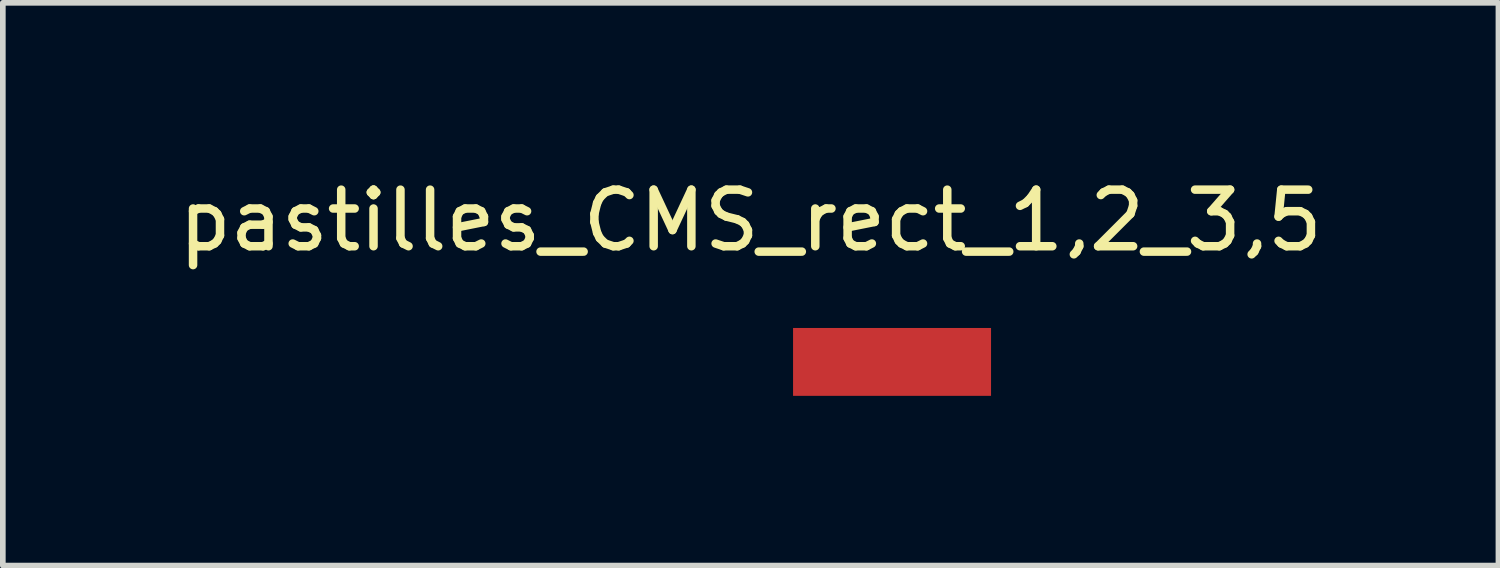
<source format=kicad_pcb>
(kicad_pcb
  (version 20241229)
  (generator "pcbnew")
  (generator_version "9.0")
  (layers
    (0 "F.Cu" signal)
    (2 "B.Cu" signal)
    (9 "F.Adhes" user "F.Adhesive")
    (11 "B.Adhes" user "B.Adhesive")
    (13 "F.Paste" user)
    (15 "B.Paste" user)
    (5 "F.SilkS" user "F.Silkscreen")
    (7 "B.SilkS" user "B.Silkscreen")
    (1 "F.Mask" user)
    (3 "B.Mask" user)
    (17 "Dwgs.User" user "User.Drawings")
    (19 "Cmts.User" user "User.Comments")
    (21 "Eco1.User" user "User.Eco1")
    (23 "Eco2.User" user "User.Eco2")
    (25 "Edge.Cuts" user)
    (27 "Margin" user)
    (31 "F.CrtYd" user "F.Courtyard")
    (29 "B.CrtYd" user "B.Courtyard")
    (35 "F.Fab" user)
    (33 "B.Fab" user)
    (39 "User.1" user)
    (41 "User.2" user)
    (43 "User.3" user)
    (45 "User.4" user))
  (footprint "pastilles_CMS_rect_1,2_3,5"
    (layer "F.Cu")
    (at 12.72 3.348)
    (property "Reference" "pastilles_CMS_rect_1,2_3,5" (at -2.5 -2.5 0) (layer "F.SilkS") (effects (font (size 1 1) (thickness 0.15))))
    (attr through_hole)
    (pad "1" smd rect (at 0 0 90) (size 1.2 3.5) (layers "F.Cu" "F.Mask" "F.Paste")))
  (gr_rect
    (start -3 -3)
    (end 23.44 6.948)
    (stroke (width 0.1) (type default))
    (fill no)
    (layer "Edge.Cuts")))
</source>
